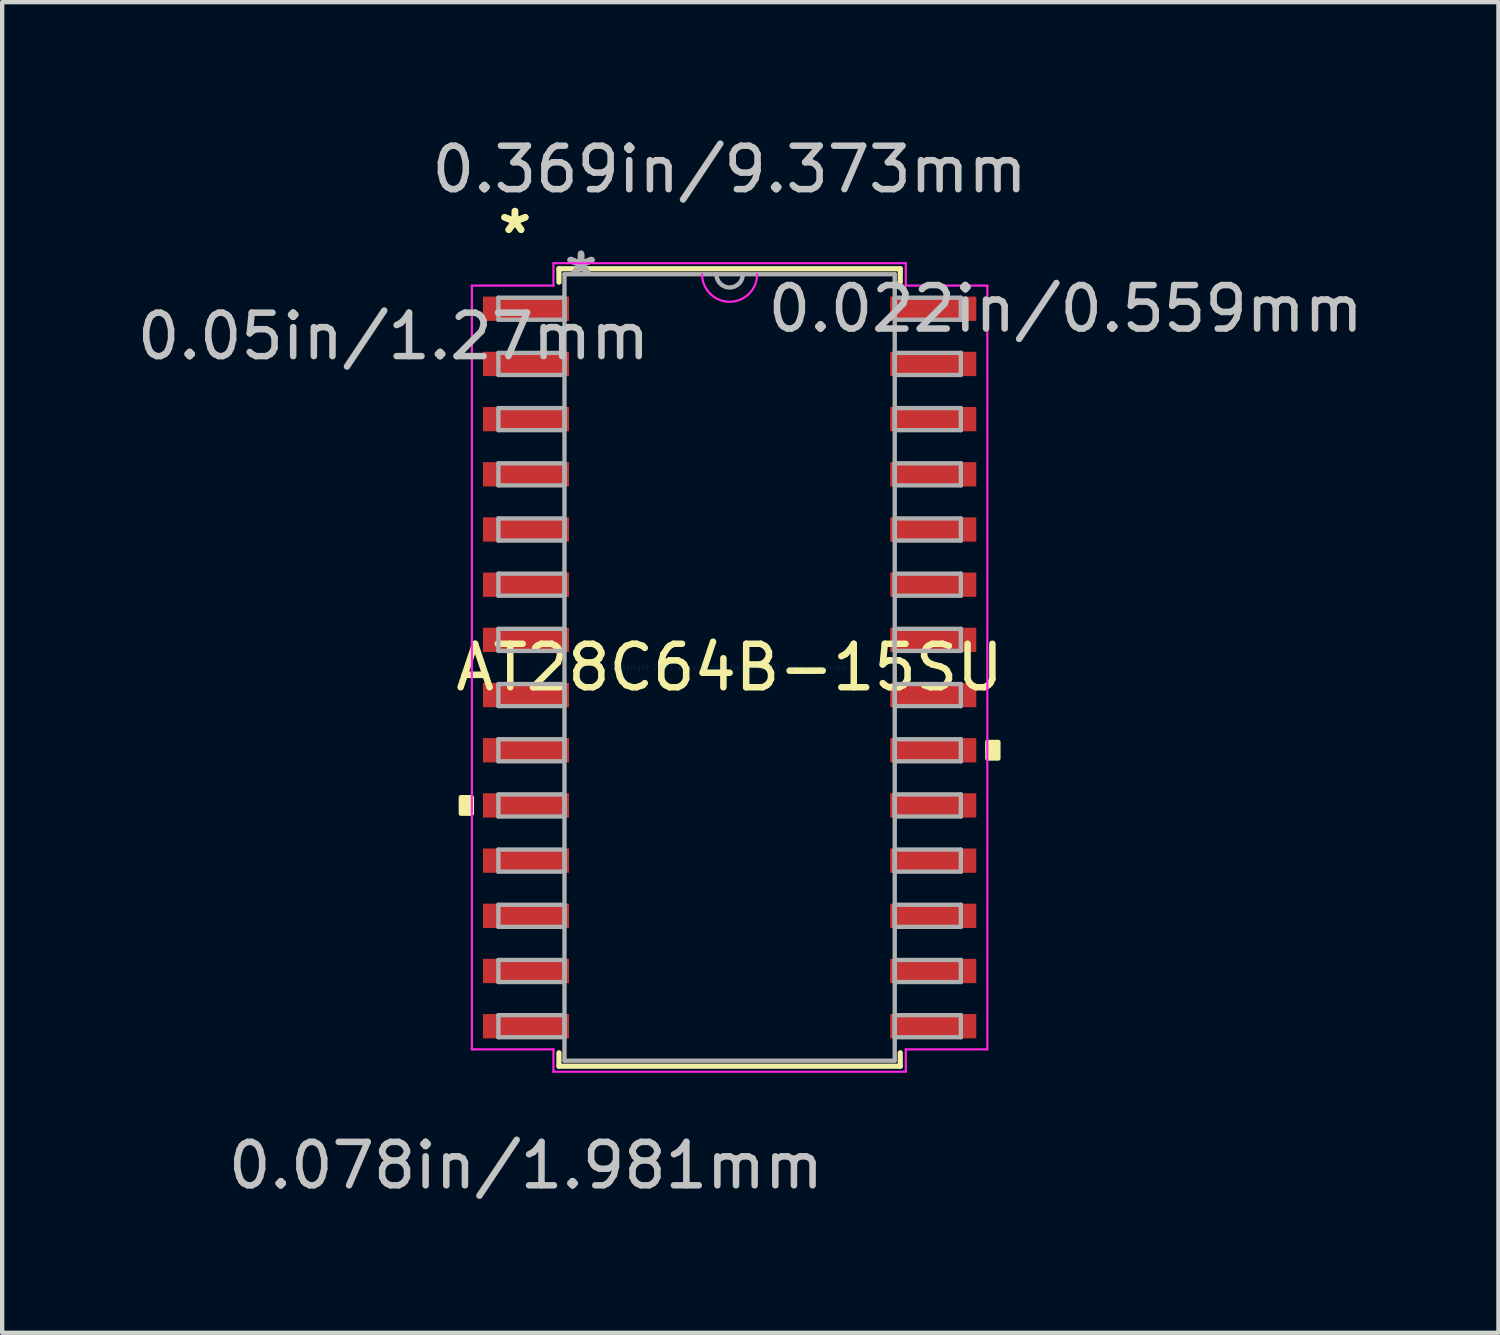
<source format=kicad_pcb>
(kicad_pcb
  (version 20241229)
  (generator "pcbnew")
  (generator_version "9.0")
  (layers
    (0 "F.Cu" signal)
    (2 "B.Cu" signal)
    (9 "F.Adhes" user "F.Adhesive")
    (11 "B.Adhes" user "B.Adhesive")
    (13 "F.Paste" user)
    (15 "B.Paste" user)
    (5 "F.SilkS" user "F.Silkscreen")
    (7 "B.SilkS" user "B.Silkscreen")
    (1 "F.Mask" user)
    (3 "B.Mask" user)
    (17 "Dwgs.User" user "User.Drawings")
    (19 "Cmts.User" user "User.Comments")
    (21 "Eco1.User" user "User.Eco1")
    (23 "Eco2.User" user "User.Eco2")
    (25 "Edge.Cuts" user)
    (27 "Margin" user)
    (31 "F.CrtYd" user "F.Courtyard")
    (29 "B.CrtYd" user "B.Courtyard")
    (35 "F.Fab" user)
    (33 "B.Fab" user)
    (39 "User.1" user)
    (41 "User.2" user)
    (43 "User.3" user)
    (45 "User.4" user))
  (footprint "AT28C64B-15SU"
    (layer "F.Cu")
    (at 13.74 12.31)
    (property "Reference" "AT28C64B-15SU" (at 0 0 0) (layer "F.SilkS") (effects (font (size 1 1) (thickness 0.15))))
    (attr through_hole)
    (fp_line (start -3.927 -9.176) (end -3.927 -8.867) (stroke (width 0.12) (type solid)) (layer "F.SilkS"))
    (fp_line (start -3.927 8.867) (end -3.927 9.176) (stroke (width 0.12) (type solid)) (layer "F.SilkS"))
    (fp_line (start -3.927 9.176) (end 3.927 9.176) (stroke (width 0.12) (type solid)) (layer "F.SilkS"))
    (fp_line (start 3.927 -9.176) (end -3.927 -9.176) (stroke (width 0.12) (type solid)) (layer "F.SilkS"))
    (fp_line (start 3.927 -8.867) (end 3.927 -9.176) (stroke (width 0.12) (type solid)) (layer "F.SilkS"))
    (fp_line (start 3.927 9.176) (end 3.927 8.867) (stroke (width 0.12) (type solid)) (layer "F.SilkS"))
    (fp_poly (pts (xy -6.185 2.985) (xy -6.185 3.365) (xy -5.931 3.365) (xy -5.931 2.985)) (stroke (width 0.1) (type solid)) (fill yes) (layer "F.SilkS"))
    (fp_poly (pts (xy 6.185 1.714) (xy 6.185 2.095) (xy 5.931 2.095) (xy 5.931 1.714)) (stroke (width 0.1) (type solid)) (fill yes) (layer "F.SilkS"))
    (fp_line (start -5.931 -8.788) (end -4.054 -8.788) (stroke (width 0.05) (type solid)) (layer "F.CrtYd"))
    (fp_line (start -5.931 8.788) (end -5.931 -8.788) (stroke (width 0.05) (type solid)) (layer "F.CrtYd"))
    (fp_line (start -4.054 -9.303) (end 4.054 -9.303) (stroke (width 0.05) (type solid)) (layer "F.CrtYd"))
    (fp_line (start -4.054 -8.788) (end -4.054 -9.303) (stroke (width 0.05) (type solid)) (layer "F.CrtYd"))
    (fp_line (start -4.054 8.788) (end -5.931 8.788) (stroke (width 0.05) (type solid)) (layer "F.CrtYd"))
    (fp_line (start -4.054 9.303) (end -4.054 8.788) (stroke (width 0.05) (type solid)) (layer "F.CrtYd"))
    (fp_line (start 4.054 -9.303) (end 4.054 -8.788) (stroke (width 0.05) (type solid)) (layer "F.CrtYd"))
    (fp_line (start 4.054 -8.788) (end 5.931 -8.788) (stroke (width 0.05) (type solid)) (layer "F.CrtYd"))
    (fp_line (start 4.054 8.788) (end 4.054 9.303) (stroke (width 0.05) (type solid)) (layer "F.CrtYd"))
    (fp_line (start 4.054 9.303) (end -4.054 9.303) (stroke (width 0.05) (type solid)) (layer "F.CrtYd"))
    (fp_line (start 5.931 -8.788) (end 5.931 8.788) (stroke (width 0.05) (type solid)) (layer "F.CrtYd"))
    (fp_line (start 5.931 8.788) (end 4.054 8.788) (stroke (width 0.05) (type solid)) (layer "F.CrtYd"))
    (fp_arc (start 0.633307 -9.04875) (mid 0 -8.415443) (end -0.633307 -9.04875) (stroke (width 0.05) (type solid)) (layer "F.CrtYd"))
    (fp_line (start -5.321 -8.509) (end -5.321 -8.001) (stroke (width 0.1) (type solid)) (layer "F.Fab"))
    (fp_line (start -5.321 -8.001) (end -3.8 -8.001) (stroke (width 0.1) (type solid)) (layer "F.Fab"))
    (fp_line (start -5.321 -7.239) (end -5.321 -6.731) (stroke (width 0.1) (type solid)) (layer "F.Fab"))
    (fp_line (start -5.321 -6.731) (end -3.8 -6.731) (stroke (width 0.1) (type solid)) (layer "F.Fab"))
    (fp_line (start -5.321 -5.969) (end -5.321 -5.461) (stroke (width 0.1) (type solid)) (layer "F.Fab"))
    (fp_line (start -5.321 -5.461) (end -3.8 -5.461) (stroke (width 0.1) (type solid)) (layer "F.Fab"))
    (fp_line (start -5.321 -4.699) (end -5.321 -4.191) (stroke (width 0.1) (type solid)) (layer "F.Fab"))
    (fp_line (start -5.321 -4.191) (end -3.8 -4.191) (stroke (width 0.1) (type solid)) (layer "F.Fab"))
    (fp_line (start -5.321 -3.429) (end -5.321 -2.921) (stroke (width 0.1) (type solid)) (layer "F.Fab"))
    (fp_line (start -5.321 -2.921) (end -3.8 -2.921) (stroke (width 0.1) (type solid)) (layer "F.Fab"))
    (fp_line (start -5.321 -2.159) (end -5.321 -1.651) (stroke (width 0.1) (type solid)) (layer "F.Fab"))
    (fp_line (start -5.321 -1.651) (end -3.8 -1.651) (stroke (width 0.1) (type solid)) (layer "F.Fab"))
    (fp_line (start -5.321 -0.889) (end -5.321 -0.381) (stroke (width 0.1) (type solid)) (layer "F.Fab"))
    (fp_line (start -5.321 -0.381) (end -3.8 -0.381) (stroke (width 0.1) (type solid)) (layer "F.Fab"))
    (fp_line (start -5.321 0.381) (end -5.321 0.889) (stroke (width 0.1) (type solid)) (layer "F.Fab"))
    (fp_line (start -5.321 0.889) (end -3.8 0.889) (stroke (width 0.1) (type solid)) (layer "F.Fab"))
    (fp_line (start -5.321 1.651) (end -5.321 2.159) (stroke (width 0.1) (type solid)) (layer "F.Fab"))
    (fp_line (start -5.321 2.159) (end -3.8 2.159) (stroke (width 0.1) (type solid)) (layer "F.Fab"))
    (fp_line (start -5.321 2.921) (end -5.321 3.429) (stroke (width 0.1) (type solid)) (layer "F.Fab"))
    (fp_line (start -5.321 3.429) (end -3.8 3.429) (stroke (width 0.1) (type solid)) (layer "F.Fab"))
    (fp_line (start -5.321 4.191) (end -5.321 4.699) (stroke (width 0.1) (type solid)) (layer "F.Fab"))
    (fp_line (start -5.321 4.699) (end -3.8 4.699) (stroke (width 0.1) (type solid)) (layer "F.Fab"))
    (fp_line (start -5.321 5.461) (end -5.321 5.969) (stroke (width 0.1) (type solid)) (layer "F.Fab"))
    (fp_line (start -5.321 5.969) (end -3.8 5.969) (stroke (width 0.1) (type solid)) (layer "F.Fab"))
    (fp_line (start -5.321 6.731) (end -5.321 7.239) (stroke (width 0.1) (type solid)) (layer "F.Fab"))
    (fp_line (start -5.321 7.239) (end -3.8 7.239) (stroke (width 0.1) (type solid)) (layer "F.Fab"))
    (fp_line (start -5.321 8.001) (end -5.321 8.509) (stroke (width 0.1) (type solid)) (layer "F.Fab"))
    (fp_line (start -5.321 8.509) (end -3.8 8.509) (stroke (width 0.1) (type solid)) (layer "F.Fab"))
    (fp_line (start -3.8 -9.049) (end -3.8 9.049) (stroke (width 0.1) (type solid)) (layer "F.Fab"))
    (fp_line (start -3.8 -8.509) (end -5.321 -8.509) (stroke (width 0.1) (type solid)) (layer "F.Fab"))
    (fp_line (start -3.8 -8.001) (end -3.8 -8.509) (stroke (width 0.1) (type solid)) (layer "F.Fab"))
    (fp_line (start -3.8 -7.239) (end -5.321 -7.239) (stroke (width 0.1) (type solid)) (layer "F.Fab"))
    (fp_line (start -3.8 -6.731) (end -3.8 -7.239) (stroke (width 0.1) (type solid)) (layer "F.Fab"))
    (fp_line (start -3.8 -5.969) (end -5.321 -5.969) (stroke (width 0.1) (type solid)) (layer "F.Fab"))
    (fp_line (start -3.8 -5.461) (end -3.8 -5.969) (stroke (width 0.1) (type solid)) (layer "F.Fab"))
    (fp_line (start -3.8 -4.699) (end -5.321 -4.699) (stroke (width 0.1) (type solid)) (layer "F.Fab"))
    (fp_line (start -3.8 -4.191) (end -3.8 -4.699) (stroke (width 0.1) (type solid)) (layer "F.Fab"))
    (fp_line (start -3.8 -3.429) (end -5.321 -3.429) (stroke (width 0.1) (type solid)) (layer "F.Fab"))
    (fp_line (start -3.8 -2.921) (end -3.8 -3.429) (stroke (width 0.1) (type solid)) (layer "F.Fab"))
    (fp_line (start -3.8 -2.159) (end -5.321 -2.159) (stroke (width 0.1) (type solid)) (layer "F.Fab"))
    (fp_line (start -3.8 -1.651) (end -3.8 -2.159) (stroke (width 0.1) (type solid)) (layer "F.Fab"))
    (fp_line (start -3.8 -0.889) (end -5.321 -0.889) (stroke (width 0.1) (type solid)) (layer "F.Fab"))
    (fp_line (start -3.8 -0.381) (end -3.8 -0.889) (stroke (width 0.1) (type solid)) (layer "F.Fab"))
    (fp_line (start -3.8 0.381) (end -5.321 0.381) (stroke (width 0.1) (type solid)) (layer "F.Fab"))
    (fp_line (start -3.8 0.889) (end -3.8 0.381) (stroke (width 0.1) (type solid)) (layer "F.Fab"))
    (fp_line (start -3.8 1.651) (end -5.321 1.651) (stroke (width 0.1) (type solid)) (layer "F.Fab"))
    (fp_line (start -3.8 2.159) (end -3.8 1.651) (stroke (width 0.1) (type solid)) (layer "F.Fab"))
    (fp_line (start -3.8 2.921) (end -5.321 2.921) (stroke (width 0.1) (type solid)) (layer "F.Fab"))
    (fp_line (start -3.8 3.429) (end -3.8 2.921) (stroke (width 0.1) (type solid)) (layer "F.Fab"))
    (fp_line (start -3.8 4.191) (end -5.321 4.191) (stroke (width 0.1) (type solid)) (layer "F.Fab"))
    (fp_line (start -3.8 4.699) (end -3.8 4.191) (stroke (width 0.1) (type solid)) (layer "F.Fab"))
    (fp_line (start -3.8 5.461) (end -5.321 5.461) (stroke (width 0.1) (type solid)) (layer "F.Fab"))
    (fp_line (start -3.8 5.969) (end -3.8 5.461) (stroke (width 0.1) (type solid)) (layer "F.Fab"))
    (fp_line (start -3.8 6.731) (end -5.321 6.731) (stroke (width 0.1) (type solid)) (layer "F.Fab"))
    (fp_line (start -3.8 7.239) (end -3.8 6.731) (stroke (width 0.1) (type solid)) (layer "F.Fab"))
    (fp_line (start -3.8 8.001) (end -5.321 8.001) (stroke (width 0.1) (type solid)) (layer "F.Fab"))
    (fp_line (start -3.8 8.509) (end -3.8 8.001) (stroke (width 0.1) (type solid)) (layer "F.Fab"))
    (fp_line (start -3.8 9.049) (end 3.8 9.049) (stroke (width 0.1) (type solid)) (layer "F.Fab"))
    (fp_line (start 3.8 -9.049) (end -3.8 -9.049) (stroke (width 0.1) (type solid)) (layer "F.Fab"))
    (fp_line (start 3.8 -8.509) (end 3.8 -8.001) (stroke (width 0.1) (type solid)) (layer "F.Fab"))
    (fp_line (start 3.8 -8.001) (end 5.321 -8.001) (stroke (width 0.1) (type solid)) (layer "F.Fab"))
    (fp_line (start 3.8 -7.239) (end 3.8 -6.731) (stroke (width 0.1) (type solid)) (layer "F.Fab"))
    (fp_line (start 3.8 -6.731) (end 5.321 -6.731) (stroke (width 0.1) (type solid)) (layer "F.Fab"))
    (fp_line (start 3.8 -5.969) (end 3.8 -5.461) (stroke (width 0.1) (type solid)) (layer "F.Fab"))
    (fp_line (start 3.8 -5.461) (end 5.321 -5.461) (stroke (width 0.1) (type solid)) (layer "F.Fab"))
    (fp_line (start 3.8 -4.699) (end 3.8 -4.191) (stroke (width 0.1) (type solid)) (layer "F.Fab"))
    (fp_line (start 3.8 -4.191) (end 5.321 -4.191) (stroke (width 0.1) (type solid)) (layer "F.Fab"))
    (fp_line (start 3.8 -3.429) (end 3.8 -2.921) (stroke (width 0.1) (type solid)) (layer "F.Fab"))
    (fp_line (start 3.8 -2.921) (end 5.321 -2.921) (stroke (width 0.1) (type solid)) (layer "F.Fab"))
    (fp_line (start 3.8 -2.159) (end 3.8 -1.651) (stroke (width 0.1) (type solid)) (layer "F.Fab"))
    (fp_line (start 3.8 -1.651) (end 5.321 -1.651) (stroke (width 0.1) (type solid)) (layer "F.Fab"))
    (fp_line (start 3.8 -0.889) (end 3.8 -0.381) (stroke (width 0.1) (type solid)) (layer "F.Fab"))
    (fp_line (start 3.8 -0.381) (end 5.321 -0.381) (stroke (width 0.1) (type solid)) (layer "F.Fab"))
    (fp_line (start 3.8 0.381) (end 3.8 0.889) (stroke (width 0.1) (type solid)) (layer "F.Fab"))
    (fp_line (start 3.8 0.889) (end 5.321 0.889) (stroke (width 0.1) (type solid)) (layer "F.Fab"))
    (fp_line (start 3.8 1.651) (end 3.8 2.159) (stroke (width 0.1) (type solid)) (layer "F.Fab"))
    (fp_line (start 3.8 2.159) (end 5.321 2.159) (stroke (width 0.1) (type solid)) (layer "F.Fab"))
    (fp_line (start 3.8 2.921) (end 3.8 3.429) (stroke (width 0.1) (type solid)) (layer "F.Fab"))
    (fp_line (start 3.8 3.429) (end 5.321 3.429) (stroke (width 0.1) (type solid)) (layer "F.Fab"))
    (fp_line (start 3.8 4.191) (end 3.8 4.699) (stroke (width 0.1) (type solid)) (layer "F.Fab"))
    (fp_line (start 3.8 4.699) (end 5.321 4.699) (stroke (width 0.1) (type solid)) (layer "F.Fab"))
    (fp_line (start 3.8 5.461) (end 3.8 5.969) (stroke (width 0.1) (type solid)) (layer "F.Fab"))
    (fp_line (start 3.8 5.969) (end 5.321 5.969) (stroke (width 0.1) (type solid)) (layer "F.Fab"))
    (fp_line (start 3.8 6.731) (end 3.8 7.239) (stroke (width 0.1) (type solid)) (layer "F.Fab"))
    (fp_line (start 3.8 7.239) (end 5.321 7.239) (stroke (width 0.1) (type solid)) (layer "F.Fab"))
    (fp_line (start 3.8 8.001) (end 3.8 8.509) (stroke (width 0.1) (type solid)) (layer "F.Fab"))
    (fp_line (start 3.8 8.509) (end 5.321 8.509) (stroke (width 0.1) (type solid)) (layer "F.Fab"))
    (fp_line (start 3.8 9.049) (end 3.8 -9.049) (stroke (width 0.1) (type solid)) (layer "F.Fab"))
    (fp_line (start 5.321 -8.509) (end 3.8 -8.509) (stroke (width 0.1) (type solid)) (layer "F.Fab"))
    (fp_line (start 5.321 -8.001) (end 5.321 -8.509) (stroke (width 0.1) (type solid)) (layer "F.Fab"))
    (fp_line (start 5.321 -7.239) (end 3.8 -7.239) (stroke (width 0.1) (type solid)) (layer "F.Fab"))
    (fp_line (start 5.321 -6.731) (end 5.321 -7.239) (stroke (width 0.1) (type solid)) (layer "F.Fab"))
    (fp_line (start 5.321 -5.969) (end 3.8 -5.969) (stroke (width 0.1) (type solid)) (layer "F.Fab"))
    (fp_line (start 5.321 -5.461) (end 5.321 -5.969) (stroke (width 0.1) (type solid)) (layer "F.Fab"))
    (fp_line (start 5.321 -4.699) (end 3.8 -4.699) (stroke (width 0.1) (type solid)) (layer "F.Fab"))
    (fp_line (start 5.321 -4.191) (end 5.321 -4.699) (stroke (width 0.1) (type solid)) (layer "F.Fab"))
    (fp_line (start 5.321 -3.429) (end 3.8 -3.429) (stroke (width 0.1) (type solid)) (layer "F.Fab"))
    (fp_line (start 5.321 -2.921) (end 5.321 -3.429) (stroke (width 0.1) (type solid)) (layer "F.Fab"))
    (fp_line (start 5.321 -2.159) (end 3.8 -2.159) (stroke (width 0.1) (type solid)) (layer "F.Fab"))
    (fp_line (start 5.321 -1.651) (end 5.321 -2.159) (stroke (width 0.1) (type solid)) (layer "F.Fab"))
    (fp_line (start 5.321 -0.889) (end 3.8 -0.889) (stroke (width 0.1) (type solid)) (layer "F.Fab"))
    (fp_line (start 5.321 -0.381) (end 5.321 -0.889) (stroke (width 0.1) (type solid)) (layer "F.Fab"))
    (fp_line (start 5.321 0.381) (end 3.8 0.381) (stroke (width 0.1) (type solid)) (layer "F.Fab"))
    (fp_line (start 5.321 0.889) (end 5.321 0.381) (stroke (width 0.1) (type solid)) (layer "F.Fab"))
    (fp_line (start 5.321 1.651) (end 3.8 1.651) (stroke (width 0.1) (type solid)) (layer "F.Fab"))
    (fp_line (start 5.321 2.159) (end 5.321 1.651) (stroke (width 0.1) (type solid)) (layer "F.Fab"))
    (fp_line (start 5.321 2.921) (end 3.8 2.921) (stroke (width 0.1) (type solid)) (layer "F.Fab"))
    (fp_line (start 5.321 3.429) (end 5.321 2.921) (stroke (width 0.1) (type solid)) (layer "F.Fab"))
    (fp_line (start 5.321 4.191) (end 3.8 4.191) (stroke (width 0.1) (type solid)) (layer "F.Fab"))
    (fp_line (start 5.321 4.699) (end 5.321 4.191) (stroke (width 0.1) (type solid)) (layer "F.Fab"))
    (fp_line (start 5.321 5.461) (end 3.8 5.461) (stroke (width 0.1) (type solid)) (layer "F.Fab"))
    (fp_line (start 5.321 5.969) (end 5.321 5.461) (stroke (width 0.1) (type solid)) (layer "F.Fab"))
    (fp_line (start 5.321 6.731) (end 3.8 6.731) (stroke (width 0.1) (type solid)) (layer "F.Fab"))
    (fp_line (start 5.321 7.239) (end 5.321 6.731) (stroke (width 0.1) (type solid)) (layer "F.Fab"))
    (fp_line (start 5.321 8.001) (end 3.8 8.001) (stroke (width 0.1) (type solid)) (layer "F.Fab"))
    (fp_line (start 5.321 8.509) (end 5.321 8.001) (stroke (width 0.1) (type solid)) (layer "F.Fab"))
    (fp_arc (start 0.3048 -9.04875) (mid 0 -8.74395) (end -0.3048 -9.04875) (stroke (width 0.1) (type solid)) (layer "F.Fab"))
    (fp_text user "*" (at -4.94 -9.957 0) (layer "F.SilkS") (effects (font (size 1 1) (thickness 0.15))))
    (fp_text user "*" (at -4.94 -9.957 0) (layer "F.SilkS") (effects (font (size 1 1) (thickness 0.15))))
    (fp_text user "0.05in/1.27mm" (at -7.734 -7.62 0) (layer "Dwgs.User") (effects (font (size 1 1) (thickness 0.15))))
    (fp_text user "0.078in/1.981mm" (at -4.686 11.462 0) (layer "Dwgs.User") (effects (font (size 1 1) (thickness 0.15))))
    (fp_text user "0.369in/9.373mm" (at 0 -11.462 0) (layer "Dwgs.User") (effects (font (size 1 1) (thickness 0.15))))
    (fp_text user "0.022in/0.559mm" (at 7.734 -8.255 0) (layer "Dwgs.User") (effects (font (size 1 1) (thickness 0.15))))
    (fp_text user "Copyright 2021 Accelerated Designs. All rights reserved." (at 0 0 0) (layer "Cmts.User") (effects (font (size 0.127 0.127) (thickness 0.002))))
    (fp_text user "*" (at -3.419 -8.973 0) (layer "F.Fab") (effects (font (size 1 1) (thickness 0.15))))
    (fp_text user "*" (at -3.419 -8.973 0) (layer "F.Fab") (effects (font (size 1 1) (thickness 0.15))))
    (pad "1" smd rect (at -4.686 -8.255) (size 1.981 0.559) (layers "F.Cu" "F.Mask" "F.Paste"))
    (pad "2" smd rect (at -4.686 -6.985) (size 1.981 0.559) (layers "F.Cu" "F.Mask" "F.Paste"))
    (pad "3" smd rect (at -4.686 -5.715) (size 1.981 0.559) (layers "F.Cu" "F.Mask" "F.Paste"))
    (pad "4" smd rect (at -4.686 -4.445) (size 1.981 0.559) (layers "F.Cu" "F.Mask" "F.Paste"))
    (pad "5" smd rect (at -4.686 -3.175) (size 1.981 0.559) (layers "F.Cu" "F.Mask" "F.Paste"))
    (pad "6" smd rect (at -4.686 -1.905) (size 1.981 0.559) (layers "F.Cu" "F.Mask" "F.Paste"))
    (pad "7" smd rect (at -4.686 -0.635) (size 1.981 0.559) (layers "F.Cu" "F.Mask" "F.Paste"))
    (pad "8" smd rect (at -4.686 0.635) (size 1.981 0.559) (layers "F.Cu" "F.Mask" "F.Paste"))
    (pad "9" smd rect (at -4.686 1.905) (size 1.981 0.559) (layers "F.Cu" "F.Mask" "F.Paste"))
    (pad "10" smd rect (at -4.686 3.175) (size 1.981 0.559) (layers "F.Cu" "F.Mask" "F.Paste"))
    (pad "11" smd rect (at -4.686 4.445) (size 1.981 0.559) (layers "F.Cu" "F.Mask" "F.Paste"))
    (pad "12" smd rect (at -4.686 5.715) (size 1.981 0.559) (layers "F.Cu" "F.Mask" "F.Paste"))
    (pad "13" smd rect (at -4.686 6.985) (size 1.981 0.559) (layers "F.Cu" "F.Mask" "F.Paste"))
    (pad "14" smd rect (at -4.686 8.255) (size 1.981 0.559) (layers "F.Cu" "F.Mask" "F.Paste"))
    (pad "15" smd rect (at 4.686 8.255) (size 1.981 0.559) (layers "F.Cu" "F.Mask" "F.Paste"))
    (pad "16" smd rect (at 4.686 6.985) (size 1.981 0.559) (layers "F.Cu" "F.Mask" "F.Paste"))
    (pad "17" smd rect (at 4.686 5.715) (size 1.981 0.559) (layers "F.Cu" "F.Mask" "F.Paste"))
    (pad "18" smd rect (at 4.686 4.445) (size 1.981 0.559) (layers "F.Cu" "F.Mask" "F.Paste"))
    (pad "19" smd rect (at 4.686 3.175) (size 1.981 0.559) (layers "F.Cu" "F.Mask" "F.Paste"))
    (pad "20" smd rect (at 4.686 1.905) (size 1.981 0.559) (layers "F.Cu" "F.Mask" "F.Paste"))
    (pad "21" smd rect (at 4.686 0.635) (size 1.981 0.559) (layers "F.Cu" "F.Mask" "F.Paste"))
    (pad "22" smd rect (at 4.686 -0.635) (size 1.981 0.559) (layers "F.Cu" "F.Mask" "F.Paste"))
    (pad "23" smd rect (at 4.686 -1.905) (size 1.981 0.559) (layers "F.Cu" "F.Mask" "F.Paste"))
    (pad "24" smd rect (at 4.686 -3.175) (size 1.981 0.559) (layers "F.Cu" "F.Mask" "F.Paste"))
    (pad "25" smd rect (at 4.686 -4.445) (size 1.981 0.559) (layers "F.Cu" "F.Mask" "F.Paste"))
    (pad "26" smd rect (at 4.686 -5.715) (size 1.981 0.559) (layers "F.Cu" "F.Mask" "F.Paste"))
    (pad "27" smd rect (at 4.686 -6.985) (size 1.981 0.559) (layers "F.Cu" "F.Mask" "F.Paste"))
    (pad "28" smd rect (at 4.686 -8.255) (size 1.981 0.559) (layers "F.Cu" "F.Mask" "F.Paste")))
  (gr_rect
    (start -3 -3)
    (end 31.433 27.62)
    (stroke (width 0.1) (type default))
    (fill no)
    (layer "Edge.Cuts")))
</source>
